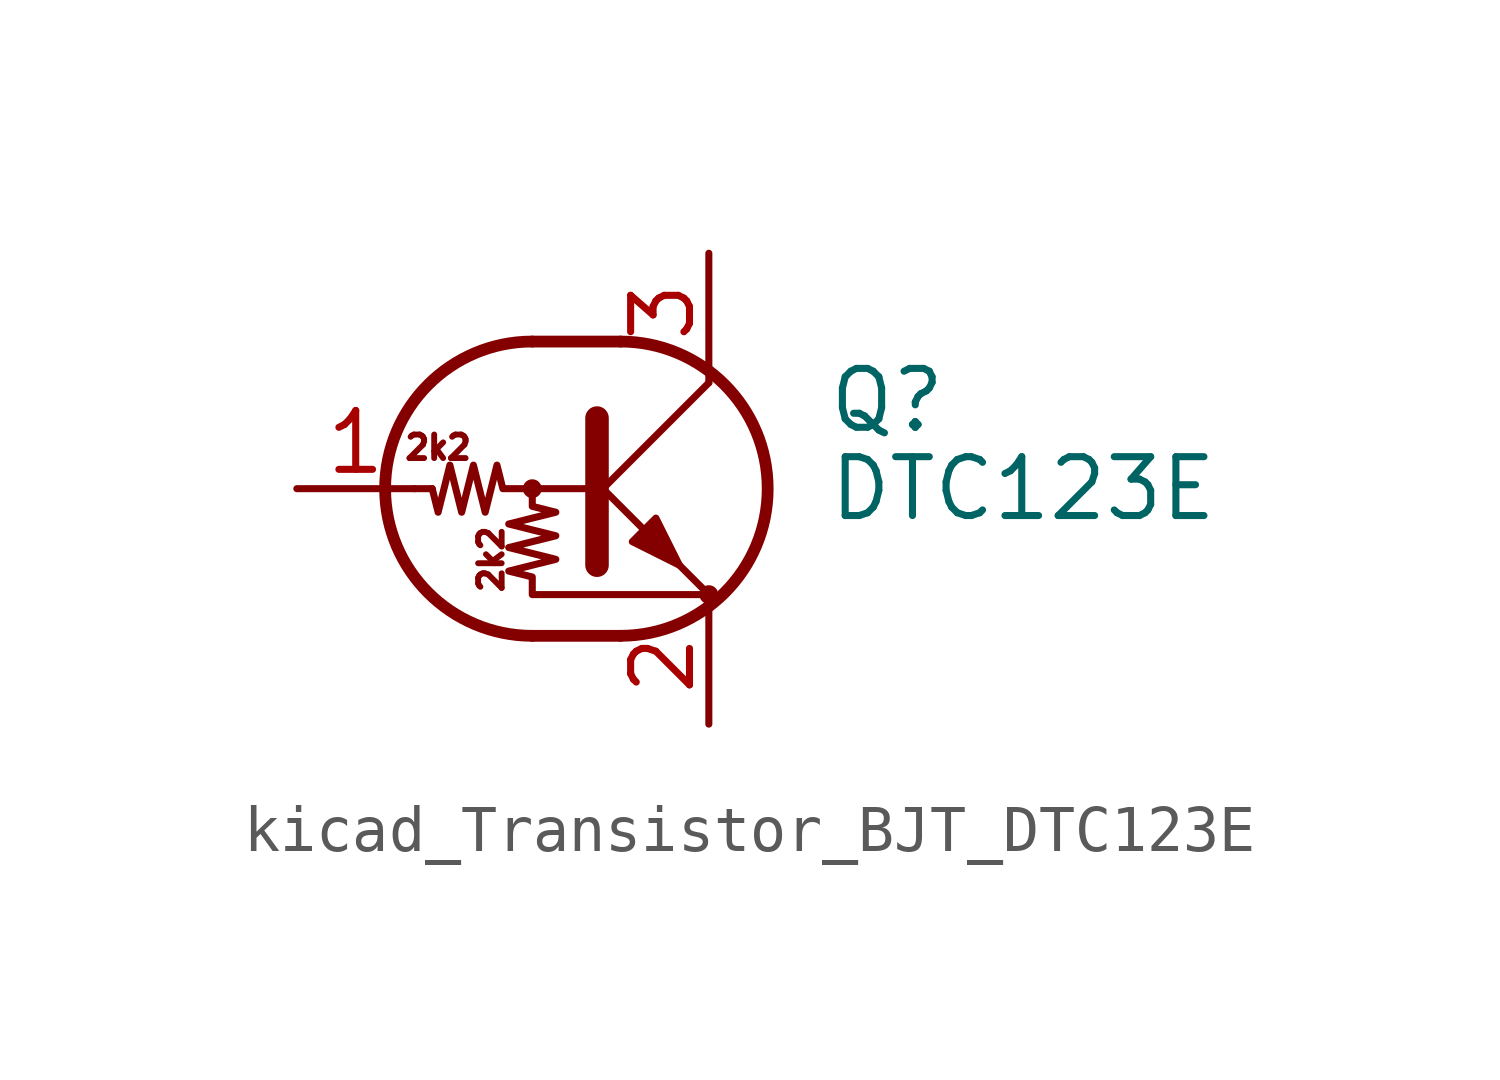
<source format=kicad_sym>
(kicad_symbol_lib
  (version 20220914)
  (generator kicad_symbol_editor)
  (symbol "kicad_Transistor_BJT_DTC123E"
    (pin_names
      (offset 0) hide)
    (property "Reference" "Q"
      (at 5.08 1.905 0)
      (effects (font (size 1.27 1.27)) (justify left)))
    (property "Value" "DTC123E"
      (at 5.08 0 0)
      (effects (font (size 1.27 1.27)) (justify left)))
    (symbol "kicad_Transistor_BJT_DTC123E_0_0"
      (text "2k2" (at -3.302 0.889 0) (effects (font (size 0.508 0.508))))
      (text "2k2" (at -2.159 -1.524 900) (effects (font (size 0.508 0.508)))))
    (symbol "kicad_Transistor_BJT_DTC123E_0_1"
      (circle (center -1.27 0) (radius 0.127) (stroke (width 0) (type default)) (fill (type none)))
      (arc (start -1.27 3.175) (mid -4.4312 0) (end -1.27 -3.175) (stroke (width 0.254) (type default)) (fill (type none)))
      (polyline (pts (xy -3.429 0) (xy -3.81 0)) (stroke (width 0) (type default)) (fill (type none)))
      (polyline (pts (xy -1.27 -3.175) (xy 0.635 -3.175)) (stroke (width 0.254) (type default)) (fill (type none)))
      (polyline (pts (xy -1.27 3.175) (xy 0.635 3.175)) (stroke (width 0.254) (type default)) (fill (type none)))
      (polyline (pts (xy 0 -0.254) (xy 2.54 2.286)) (stroke (width 0) (type default)) (fill (type none)))
      (polyline (pts (xy 0.127 1.524) (xy 0.127 -1.651)) (stroke (width 0.508) (type default)) (fill (type outline)))
      (polyline (pts (xy 2.54 2.286) (xy 2.54 2.54)) (stroke (width 0) (type default)) (fill (type none)))
      (polyline (pts (xy 2.54 -2.286) (xy 0 0.254) (xy 0 0.254)) (stroke (width 0) (type default)) (fill (type none)))
      (polyline (pts (xy 0.889 -1.143) (xy 1.397 -0.635) (xy 1.905 -1.651) (xy 0.889 -1.143)) (stroke (width 0) (type default)) (fill (type outline)))
      (polyline (pts (xy 0 0) (xy -1.905 0) (xy -2.032 0.508) (xy -2.286 -0.508) (xy -2.54 0.508) (xy -2.794 -0.508) (xy -3.048 0.508) (xy -3.302 -0.508) (xy -3.429 0)) (stroke (width 0) (type default)) (fill (type none)))
      (polyline (pts (xy -1.27 0) (xy -1.27 -0.381) (xy -0.762 -0.508) (xy -1.778 -0.762) (xy -0.762 -1.016) (xy -1.778 -1.27) (xy -0.762 -1.524) (xy -1.778 -1.778) (xy -1.27 -1.905) (xy -1.27 -2.286) (xy 2.54 -2.286)) (stroke (width 0) (type default)) (fill (type none)))
      (arc (start 0.635 -3.175) (mid 3.7962 0) (end 0.635 3.175) (stroke (width 0.254) (type default)) (fill (type none)))
      (circle (center 2.54 -2.286) (radius 0.127) (stroke (width 0) (type default)) (fill (type none))))
    (symbol "kicad_Transistor_BJT_DTC123E_1_1"
      (pin input line (at -6.35 0 0) (length 2.54) (name "B" (effects (font (size 1.27 1.27)))) (number "1" (effects (font (size 1.27 1.27)))))
      (pin passive line (at 2.54 -5.08 90) (length 2.54) (name "E" (effects (font (size 1.27 1.27)))) (number "2" (effects (font (size 1.27 1.27)))))
      (pin passive line (at 2.54 5.08 270) (length 2.54) (name "C" (effects (font (size 1.27 1.27)))) (number "3" (effects (font (size 1.27 1.27))))))))
</source>
